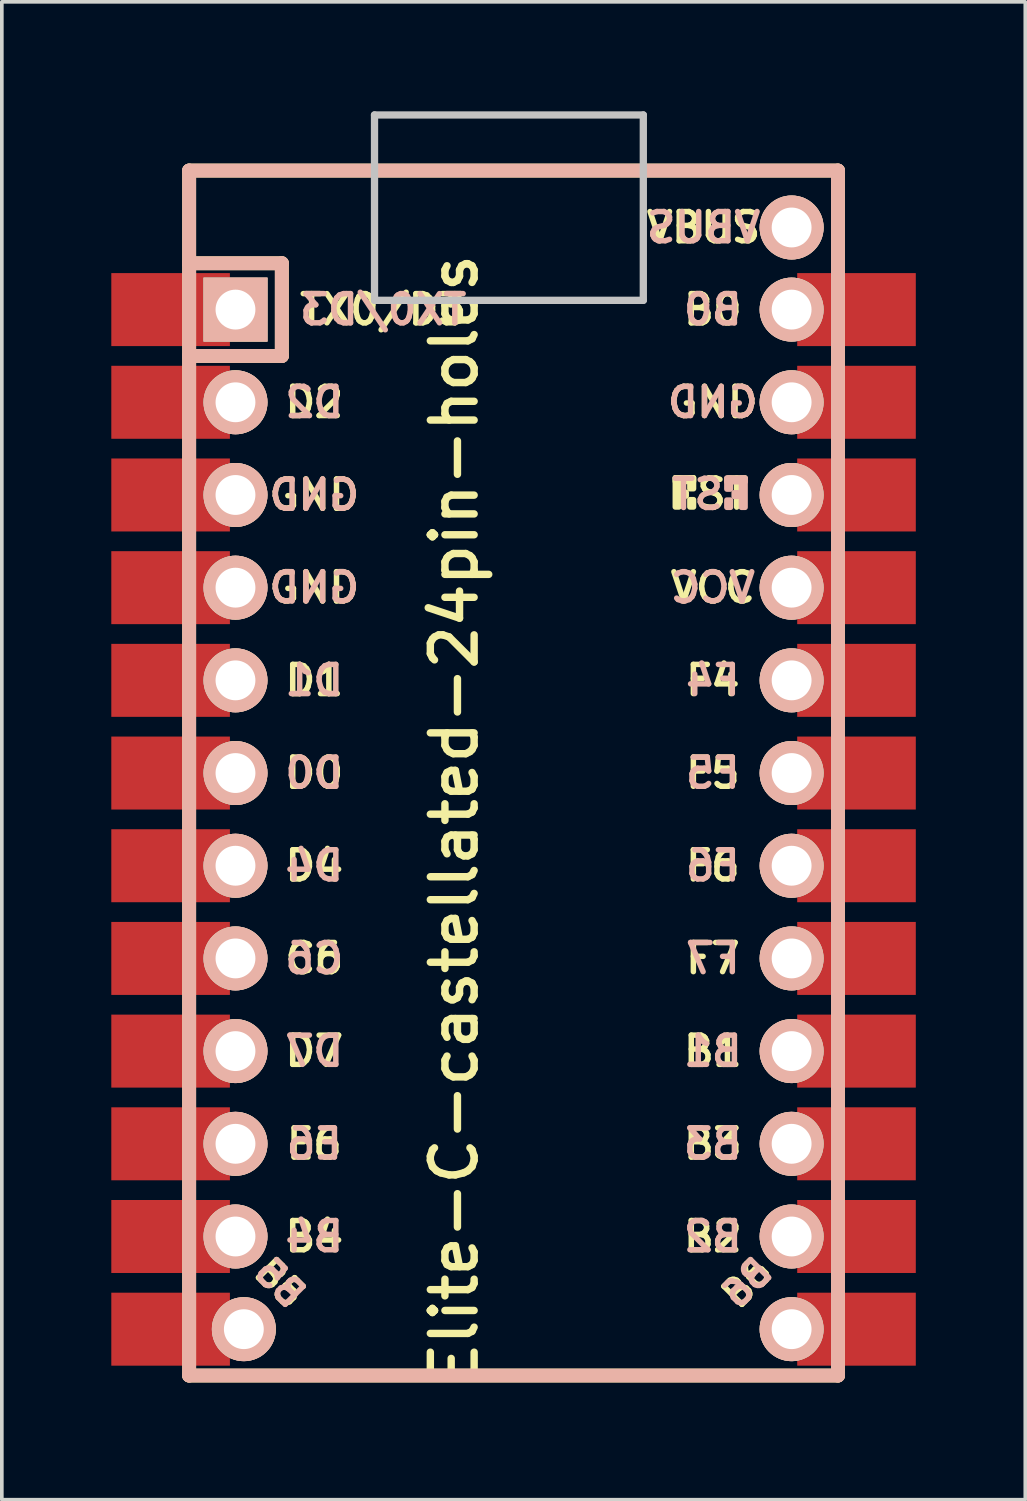
<source format=kicad_pcb>
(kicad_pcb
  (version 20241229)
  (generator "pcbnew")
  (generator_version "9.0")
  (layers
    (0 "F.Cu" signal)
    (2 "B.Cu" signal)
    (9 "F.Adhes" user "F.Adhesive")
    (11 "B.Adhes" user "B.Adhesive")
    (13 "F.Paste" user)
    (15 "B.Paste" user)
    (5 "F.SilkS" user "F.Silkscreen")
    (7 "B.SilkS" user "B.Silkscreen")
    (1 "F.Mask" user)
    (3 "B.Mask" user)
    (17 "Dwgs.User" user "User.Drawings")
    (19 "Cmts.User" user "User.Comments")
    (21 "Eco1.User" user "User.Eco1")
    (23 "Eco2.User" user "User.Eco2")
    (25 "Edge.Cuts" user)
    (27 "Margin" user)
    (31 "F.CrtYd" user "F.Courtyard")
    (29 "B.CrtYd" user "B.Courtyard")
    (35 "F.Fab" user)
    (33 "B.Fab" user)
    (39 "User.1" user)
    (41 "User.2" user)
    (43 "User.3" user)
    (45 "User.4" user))
  (footprint "Elite-C-castellated-24pin-holes"
    (layer "F.Cu")
    (at 11.023 19.404)
    (property "Reference" "Elite-C-castellated-24pin-holes" (at -1.625 0 270) (layer "F.SilkS") (effects (font (size 1.2 1.2) (thickness 0.203))))
    (attr through_hole)
    (fp_line (start -8.89 -17.78) (end -8.89 -15.24) (stroke (width 0.381) (type solid)) (layer "F.SilkS"))
    (fp_line (start -8.89 -15.24) (end -8.89 15.24) (stroke (width 0.381) (type solid)) (layer "F.SilkS"))
    (fp_line (start -8.89 15.24) (end 8.89 15.24) (stroke (width 0.381) (type solid)) (layer "F.SilkS"))
    (fp_line (start -6.35 -15.24) (end -8.89 -15.24) (stroke (width 0.381) (type solid)) (layer "F.SilkS"))
    (fp_line (start -6.35 -15.24) (end -6.35 -12.7) (stroke (width 0.381) (type solid)) (layer "F.SilkS"))
    (fp_line (start -6.35 -12.7) (end -8.89 -12.7) (stroke (width 0.381) (type solid)) (layer "F.SilkS"))
    (fp_line (start 8.89 -17.78) (end -8.89 -17.78) (stroke (width 0.381) (type solid)) (layer "F.SilkS"))
    (fp_line (start 8.89 -15.24) (end 8.89 -17.78) (stroke (width 0.381) (type solid)) (layer "F.SilkS"))
    (fp_line (start 8.89 15.24) (end 8.89 -15.24) (stroke (width 0.381) (type solid)) (layer "F.SilkS"))
    (fp_poly (pts (xy 4.532 -9.361) (xy 4.532 -8.561) (xy 4.432 -8.561) (xy 4.432 -9.361)) (stroke (width 0.15) (type solid)) (fill yes) (layer "F.SilkS"))
    (fp_poly (pts (xy 4.732 -8.961) (xy 4.732 -8.861) (xy 4.632 -8.861) (xy 4.632 -8.961)) (stroke (width 0.15) (type solid)) (fill yes) (layer "F.SilkS"))
    (fp_poly (pts (xy 4.932 -9.361) (xy 4.932 -9.261) (xy 4.432 -9.261) (xy 4.432 -9.361)) (stroke (width 0.15) (type solid)) (fill yes) (layer "F.SilkS"))
    (fp_poly (pts (xy 4.932 -9.361) (xy 4.932 -9.061) (xy 4.832 -9.061) (xy 4.832 -9.361)) (stroke (width 0.15) (type solid)) (fill yes) (layer "F.SilkS"))
    (fp_poly (pts (xy 4.932 -8.761) (xy 4.932 -8.561) (xy 4.832 -8.561) (xy 4.832 -8.761)) (stroke (width 0.15) (type solid)) (fill yes) (layer "F.SilkS"))
    (fp_line (start -8.89 -17.78) (end -8.89 15.24) (stroke (width 0.381) (type solid)) (layer "B.SilkS"))
    (fp_line (start -8.89 15.24) (end 8.89 15.24) (stroke (width 0.381) (type solid)) (layer "B.SilkS"))
    (fp_line (start -6.35 -15.24) (end -8.89 -15.24) (stroke (width 0.381) (type solid)) (layer "B.SilkS"))
    (fp_line (start -6.35 -15.24) (end -6.35 -12.7) (stroke (width 0.381) (type solid)) (layer "B.SilkS"))
    (fp_line (start -6.35 -12.7) (end -8.89 -12.7) (stroke (width 0.381) (type solid)) (layer "B.SilkS"))
    (fp_line (start 8.89 -17.78) (end -8.89 -17.78) (stroke (width 0.381) (type solid)) (layer "B.SilkS"))
    (fp_line (start 8.89 15.24) (end 8.89 -17.78) (stroke (width 0.381) (type solid)) (layer "B.SilkS"))
    (fp_poly (pts (xy 5.845 -9.351) (xy 5.845 -9.251) (xy 6.345 -9.251) (xy 6.345 -9.351)) (stroke (width 0.15) (type solid)) (fill yes) (layer "B.SilkS"))
    (fp_poly (pts (xy 5.845 -9.351) (xy 5.845 -9.051) (xy 5.945 -9.051) (xy 5.945 -9.351)) (stroke (width 0.15) (type solid)) (fill yes) (layer "B.SilkS"))
    (fp_poly (pts (xy 5.845 -8.751) (xy 5.845 -8.551) (xy 5.945 -8.551) (xy 5.945 -8.751)) (stroke (width 0.15) (type solid)) (fill yes) (layer "B.SilkS"))
    (fp_poly (pts (xy 6.045 -8.951) (xy 6.045 -8.851) (xy 6.145 -8.851) (xy 6.145 -8.951)) (stroke (width 0.15) (type solid)) (fill yes) (layer "B.SilkS"))
    (fp_poly (pts (xy 6.245 -9.351) (xy 6.245 -8.551) (xy 6.345 -8.551) (xy 6.345 -9.351)) (stroke (width 0.15) (type solid)) (fill yes) (layer "B.SilkS"))
    (fp_line (start -3.81 -19.304) (end 3.556 -19.304) (stroke (width 0.2) (type solid)) (layer "Dwgs.User"))
    (fp_line (start -3.81 -14.224) (end -3.81 -19.304) (stroke (width 0.2) (type solid)) (layer "Dwgs.User"))
    (fp_line (start 3.556 -19.304) (end 3.556 -14.224) (stroke (width 0.2) (type solid)) (layer "Dwgs.User"))
    (fp_line (start 3.556 -14.224) (end -3.81 -14.224) (stroke (width 0.2) (type solid)) (layer "Dwgs.User"))
    (fp_text user "B6" (at 6.4 12.7 45) (unlocked yes) (layer "F.SilkS") (effects (font (size 0.7 0.7) (thickness 0.15))))
    (fp_text user "D2" (at -5.461 -11.43 0) (layer "F.SilkS") (effects (font (size 0.8 0.8) (thickness 0.15))))
    (fp_text user "B0" (at 5.461 -13.97 0) (layer "F.SilkS") (effects (font (size 0.8 0.8) (thickness 0.15))))
    (fp_text user "B4" (at -5.461 11.43 0) (layer "F.SilkS") (effects (font (size 0.8 0.8) (thickness 0.15))))
    (fp_text user "F5" (at 5.461 -1.27 0) (layer "F.SilkS") (effects (font (size 0.8 0.8) (thickness 0.15))))
    (fp_text user "F7" (at 5.461 3.81 0) (layer "F.SilkS") (effects (font (size 0.8 0.8) (thickness 0.15))))
    (fp_text user "GND" (at 5.461 -11.43 0) (layer "F.SilkS") (effects (font (size 0.8 0.8) (thickness 0.15))))
    (fp_text user "D0" (at -5.461 -1.27 0) (layer "F.SilkS") (effects (font (size 0.8 0.8) (thickness 0.15))))
    (fp_text user "B5" (at -6.4 12.7 315) (layer "F.SilkS") (effects (font (size 0.7 0.7) (thickness 0.15))))
    (fp_text user "B2" (at 5.461 11.43 0) (layer "F.SilkS") (effects (font (size 0.8 0.8) (thickness 0.15))))
    (fp_text user "D1" (at -5.461 -3.81 0) (layer "F.SilkS") (effects (font (size 0.8 0.8) (thickness 0.15))))
    (fp_text user "ST" (at 5.733 -8.92 0) (layer "F.SilkS") (effects (font (size 0.8 0.8) (thickness 0.15))))
    (fp_text user "B1" (at 5.461 6.35 0) (layer "F.SilkS") (effects (font (size 0.8 0.8) (thickness 0.15))))
    (fp_text user "F6" (at 5.461 1.27 0) (layer "F.SilkS") (effects (font (size 0.8 0.8) (thickness 0.15))))
    (fp_text user "D4" (at -5.461 1.27 0) (layer "F.SilkS") (effects (font (size 0.8 0.8) (thickness 0.15))))
    (fp_text user "TX0/D3" (at -3.572 -13.97 0) (layer "F.SilkS") (effects (font (size 0.8 0.8) (thickness 0.15))))
    (fp_text user "VCC" (at 5.461 -6.35 0) (layer "F.SilkS") (effects (font (size 0.8 0.8) (thickness 0.15))))
    (fp_text user "C6" (at -5.461 3.81 0) (layer "F.SilkS") (effects (font (size 0.8 0.8) (thickness 0.15))))
    (fp_text user "VBUS" (at 5.207 -16.22 0) (layer "F.SilkS") (effects (font (size 0.8 0.8) (thickness 0.15))))
    (fp_text user "GND" (at -5.461 -8.89 0) (layer "F.SilkS") (effects (font (size 0.8 0.8) (thickness 0.15))))
    (fp_text user "F4" (at 5.461 -3.81 0) (layer "F.SilkS") (effects (font (size 0.8 0.8) (thickness 0.15))))
    (fp_text user "D7" (at -5.461 6.35 0) (layer "F.SilkS") (effects (font (size 0.8 0.8) (thickness 0.15))))
    (fp_text user "E6" (at -5.461 8.89 0) (layer "F.SilkS") (effects (font (size 0.8 0.8) (thickness 0.15))))
    (fp_text user "B3" (at 5.461 8.89 0) (layer "F.SilkS") (effects (font (size 0.8 0.8) (thickness 0.15))))
    (fp_text user "GND" (at -5.461 -6.35 0) (layer "F.SilkS") (effects (font (size 0.8 0.8) (thickness 0.15))))
    (fp_text user "GND" (at 5.461 -11.43 0) (layer "B.SilkS") (effects (font (size 0.8 0.8) (thickness 0.15)) (justify mirror)))
    (fp_text user "D7" (at -5.461 6.35 0) (layer "B.SilkS") (effects (font (size 0.8 0.8) (thickness 0.15)) (justify mirror)))
    (fp_text user "F5" (at 5.461 -1.27 0) (layer "B.SilkS") (effects (font (size 0.8 0.8) (thickness 0.15)) (justify mirror)))
    (fp_text user "F4" (at 5.461 -3.81 0) (layer "B.SilkS") (effects (font (size 0.8 0.8) (thickness 0.15)) (justify mirror)))
    (fp_text user "GND" (at -5.461 -6.35 0) (layer "B.SilkS") (effects (font (size 0.8 0.8) (thickness 0.15)) (justify mirror)))
    (fp_text user "B5" (at -6.4 12.7 315) (layer "B.SilkS") (effects (font (size 0.7 0.7) (thickness 0.15)) (justify mirror)))
    (fp_text user "B4" (at -5.461 11.43 0) (layer "B.SilkS") (effects (font (size 0.8 0.8) (thickness 0.15)) (justify mirror)))
    (fp_text user "TX0/D3" (at -3.572 -13.97 0) (layer "B.SilkS") (effects (font (size 0.8 0.8) (thickness 0.15)) (justify mirror)))
    (fp_text user "GND" (at -5.461 -8.89 0) (layer "B.SilkS") (effects (font (size 0.8 0.8) (thickness 0.15)) (justify mirror)))
    (fp_text user "D2" (at -5.461 -11.43 0) (layer "B.SilkS") (effects (font (size 0.8 0.8) (thickness 0.15)) (justify mirror)))
    (fp_text user "E6" (at -5.461 8.89 0) (layer "B.SilkS") (effects (font (size 0.8 0.8) (thickness 0.15)) (justify mirror)))
    (fp_text user "VCC" (at 5.461 -6.35 0) (layer "B.SilkS") (effects (font (size 0.8 0.8) (thickness 0.15)) (justify mirror)))
    (fp_text user "C6" (at -5.461 3.81 0) (layer "B.SilkS") (effects (font (size 0.8 0.8) (thickness 0.15)) (justify mirror)))
    (fp_text user "VBUS" (at 5.207 -16.22 0) (layer "B.SilkS") (effects (font (size 0.8 0.8) (thickness 0.15)) (justify mirror)))
    (fp_text user "D0" (at -5.461 -1.27 0) (layer "B.SilkS") (effects (font (size 0.8 0.8) (thickness 0.15)) (justify mirror)))
    (fp_text user "D1" (at -5.461 -3.81 0) (layer "B.SilkS") (effects (font (size 0.8 0.8) (thickness 0.15)) (justify mirror)))
    (fp_text user "F6" (at 5.461 1.27 0) (layer "B.SilkS") (effects (font (size 0.8 0.8) (thickness 0.15)) (justify mirror)))
    (fp_text user "B6" (at 6.4 12.7 45) (unlocked yes) (layer "B.SilkS") (effects (font (size 0.7 0.7) (thickness 0.15)) (justify mirror)))
    (fp_text user "ST" (at 5.04 -8.91 0) (layer "B.SilkS") (effects (font (size 0.8 0.8) (thickness 0.15)) (justify mirror)))
    (fp_text user "D4" (at -5.461 1.27 0) (layer "B.SilkS") (effects (font (size 0.8 0.8) (thickness 0.15)) (justify mirror)))
    (fp_text user "B0" (at 5.461 -13.97 0) (layer "B.SilkS") (effects (font (size 0.8 0.8) (thickness 0.15)) (justify mirror)))
    (fp_text user "B1" (at 5.461 6.35 0) (layer "B.SilkS") (effects (font (size 0.8 0.8) (thickness 0.15)) (justify mirror)))
    (fp_text user "B3" (at 5.461 8.89 0) (layer "B.SilkS") (effects (font (size 0.8 0.8) (thickness 0.15)) (justify mirror)))
    (fp_text user "B2" (at 5.461 11.43 0) (layer "B.SilkS") (effects (font (size 0.8 0.8) (thickness 0.15)) (justify mirror)))
    (fp_text user "F7" (at 5.461 3.81 0) (layer "B.SilkS") (effects (font (size 0.8 0.8) (thickness 0.15)) (justify mirror)))
    (pad "1" smd rect (at -9.398 -13.97 270) (size 2 3.25) (layers "F.Cu" "F.Mask" "F.Paste"))
    (pad "1" thru_hole rect (at -7.62 -13.97 270) (size 1.753 1.753) (drill 1.092) (layers "*.Cu" "*.SilkS" "*.Mask"))
    (pad "2" smd rect (at -9.398 -11.43 270) (size 2 3.25) (layers "F.Cu" "F.Mask" "F.Paste"))
    (pad "2" thru_hole circle (at -7.62 -11.43 270) (size 1.753 1.753) (drill 1.092) (layers "*.Cu" "*.SilkS" "*.Mask"))
    (pad "3" smd rect (at -9.398 -8.89 270) (size 2 3.25) (layers "F.Cu" "F.Mask" "F.Paste"))
    (pad "3" thru_hole circle (at -7.62 -8.89 270) (size 1.753 1.753) (drill 1.092) (layers "*.Cu" "*.SilkS" "*.Mask"))
    (pad "4" smd rect (at -9.398 -6.35 270) (size 2 3.25) (layers "F.Cu" "F.Mask" "F.Paste"))
    (pad "4" thru_hole circle (at -7.62 -6.35 270) (size 1.753 1.753) (drill 1.092) (layers "*.Cu" "*.SilkS" "*.Mask"))
    (pad "5" smd rect (at -9.398 -3.81 270) (size 2 3.25) (layers "F.Cu" "F.Mask" "F.Paste"))
    (pad "5" thru_hole circle (at -7.62 -3.81 270) (size 1.753 1.753) (drill 1.092) (layers "*.Cu" "*.SilkS" "*.Mask"))
    (pad "6" smd rect (at -9.398 -1.27 270) (size 2 3.25) (layers "F.Cu" "F.Mask" "F.Paste"))
    (pad "6" thru_hole circle (at -7.62 -1.27 270) (size 1.753 1.753) (drill 1.092) (layers "*.Cu" "*.SilkS" "*.Mask"))
    (pad "7" smd rect (at -9.398 1.27 270) (size 2 3.25) (layers "F.Cu" "F.Mask" "F.Paste"))
    (pad "7" thru_hole circle (at -7.62 1.27 270) (size 1.753 1.753) (drill 1.092) (layers "*.Cu" "*.SilkS" "*.Mask"))
    (pad "8" smd rect (at -9.398 3.81 270) (size 2 3.25) (layers "F.Cu" "F.Mask" "F.Paste"))
    (pad "8" thru_hole circle (at -7.62 3.81 270) (size 1.753 1.753) (drill 1.092) (layers "*.Cu" "*.SilkS" "*.Mask"))
    (pad "9" smd rect (at -9.398 6.35 270) (size 2 3.25) (layers "F.Cu" "F.Mask" "F.Paste"))
    (pad "9" thru_hole circle (at -7.62 6.35 270) (size 1.753 1.753) (drill 1.092) (layers "*.Cu" "*.SilkS" "*.Mask"))
    (pad "10" smd rect (at -9.398 8.89 270) (size 2 3.25) (layers "F.Cu" "F.Mask" "F.Paste"))
    (pad "10" thru_hole circle (at -7.62 8.89 270) (size 1.753 1.753) (drill 1.092) (layers "*.Cu" "*.SilkS" "*.Mask"))
    (pad "11" smd rect (at -9.398 11.43 270) (size 2 3.25) (layers "F.Cu" "F.Mask" "F.Paste"))
    (pad "11" thru_hole circle (at -7.62 11.43 270) (size 1.753 1.753) (drill 1.092) (layers "*.Cu" "*.SilkS" "*.Mask"))
    (pad "12" smd rect (at -9.398 13.97 270) (size 2 3.25) (layers "F.Cu" "F.Mask" "F.Paste"))
    (pad "12" thru_hole circle (at -7.391 13.97 270) (size 1.753 1.753) (drill 1.092) (layers "*.Cu" "*.SilkS" "*.Mask"))
    (pad "13" thru_hole circle (at 7.62 13.97 270) (size 1.753 1.753) (drill 1.092) (layers "*.Cu" "*.SilkS" "*.Mask"))
    (pad "13" smd rect (at 9.398 13.97 270) (size 2 3.25) (layers "F.Cu" "F.Mask" "F.Paste"))
    (pad "14" thru_hole circle (at 7.62 11.43 270) (size 1.753 1.753) (drill 1.092) (layers "*.Cu" "*.SilkS" "*.Mask"))
    (pad "14" smd rect (at 9.398 11.43 270) (size 2 3.25) (layers "F.Cu" "F.Mask" "F.Paste"))
    (pad "15" thru_hole circle (at 7.62 8.89 270) (size 1.753 1.753) (drill 1.092) (layers "*.Cu" "*.SilkS" "*.Mask"))
    (pad "15" smd rect (at 9.398 8.89 270) (size 2 3.25) (layers "F.Cu" "F.Mask" "F.Paste"))
    (pad "16" thru_hole circle (at 7.62 6.35 270) (size 1.753 1.753) (drill 1.092) (layers "*.Cu" "*.SilkS" "*.Mask"))
    (pad "16" smd rect (at 9.398 6.35 270) (size 2 3.25) (layers "F.Cu" "F.Mask" "F.Paste"))
    (pad "17" thru_hole circle (at 7.62 3.81 270) (size 1.753 1.753) (drill 1.092) (layers "*.Cu" "*.SilkS" "*.Mask"))
    (pad "17" smd rect (at 9.398 3.81 270) (size 2 3.25) (layers "F.Cu" "F.Mask" "F.Paste"))
    (pad "18" thru_hole circle (at 7.62 1.27 270) (size 1.753 1.753) (drill 1.092) (layers "*.Cu" "*.SilkS" "*.Mask"))
    (pad "18" smd rect (at 9.398 1.27 270) (size 2 3.25) (layers "F.Cu" "F.Mask" "F.Paste"))
    (pad "19" thru_hole circle (at 7.62 -1.27 270) (size 1.753 1.753) (drill 1.092) (layers "*.Cu" "*.SilkS" "*.Mask"))
    (pad "19" smd rect (at 9.398 -1.27 270) (size 2 3.25) (layers "F.Cu" "F.Mask" "F.Paste"))
    (pad "20" thru_hole circle (at 7.62 -3.81 270) (size 1.753 1.753) (drill 1.092) (layers "*.Cu" "*.SilkS" "*.Mask"))
    (pad "20" smd rect (at 9.398 -3.81 270) (size 2 3.25) (layers "F.Cu" "F.Mask" "F.Paste"))
    (pad "21" thru_hole circle (at 7.62 -6.35 270) (size 1.753 1.753) (drill 1.092) (layers "*.Cu" "*.SilkS" "*.Mask"))
    (pad "21" smd rect (at 9.398 -6.35 270) (size 2 3.25) (layers "F.Cu" "F.Mask" "F.Paste"))
    (pad "22" thru_hole circle (at 7.62 -8.89 270) (size 1.753 1.753) (drill 1.092) (layers "*.Cu" "*.SilkS" "*.Mask"))
    (pad "22" smd rect (at 9.398 -8.89 270) (size 2 3.25) (layers "F.Cu" "F.Mask" "F.Paste"))
    (pad "23" thru_hole circle (at 7.62 -11.43 270) (size 1.753 1.753) (drill 1.092) (layers "*.Cu" "*.SilkS" "*.Mask"))
    (pad "23" smd rect (at 9.398 -11.43 270) (size 2 3.25) (layers "F.Cu" "F.Mask" "F.Paste"))
    (pad "24" thru_hole circle (at 7.62 -13.97 270) (size 1.753 1.753) (drill 1.092) (layers "*.Cu" "*.SilkS" "*.Mask"))
    (pad "24" smd rect (at 9.398 -13.97 270) (size 2 3.25) (layers "F.Cu" "F.Mask" "F.Paste"))
    (pad "30" thru_hole circle (at 7.62 -16.22 270) (size 1.753 1.753) (drill 1.092) (layers "*.Cu" "*.SilkS" "*.Mask")))
  (gr_rect
    (start -3 -3)
    (end 25.046 38.046)
    (stroke (width 0.1) (type default))
    (fill no)
    (layer "Edge.Cuts")))
</source>
